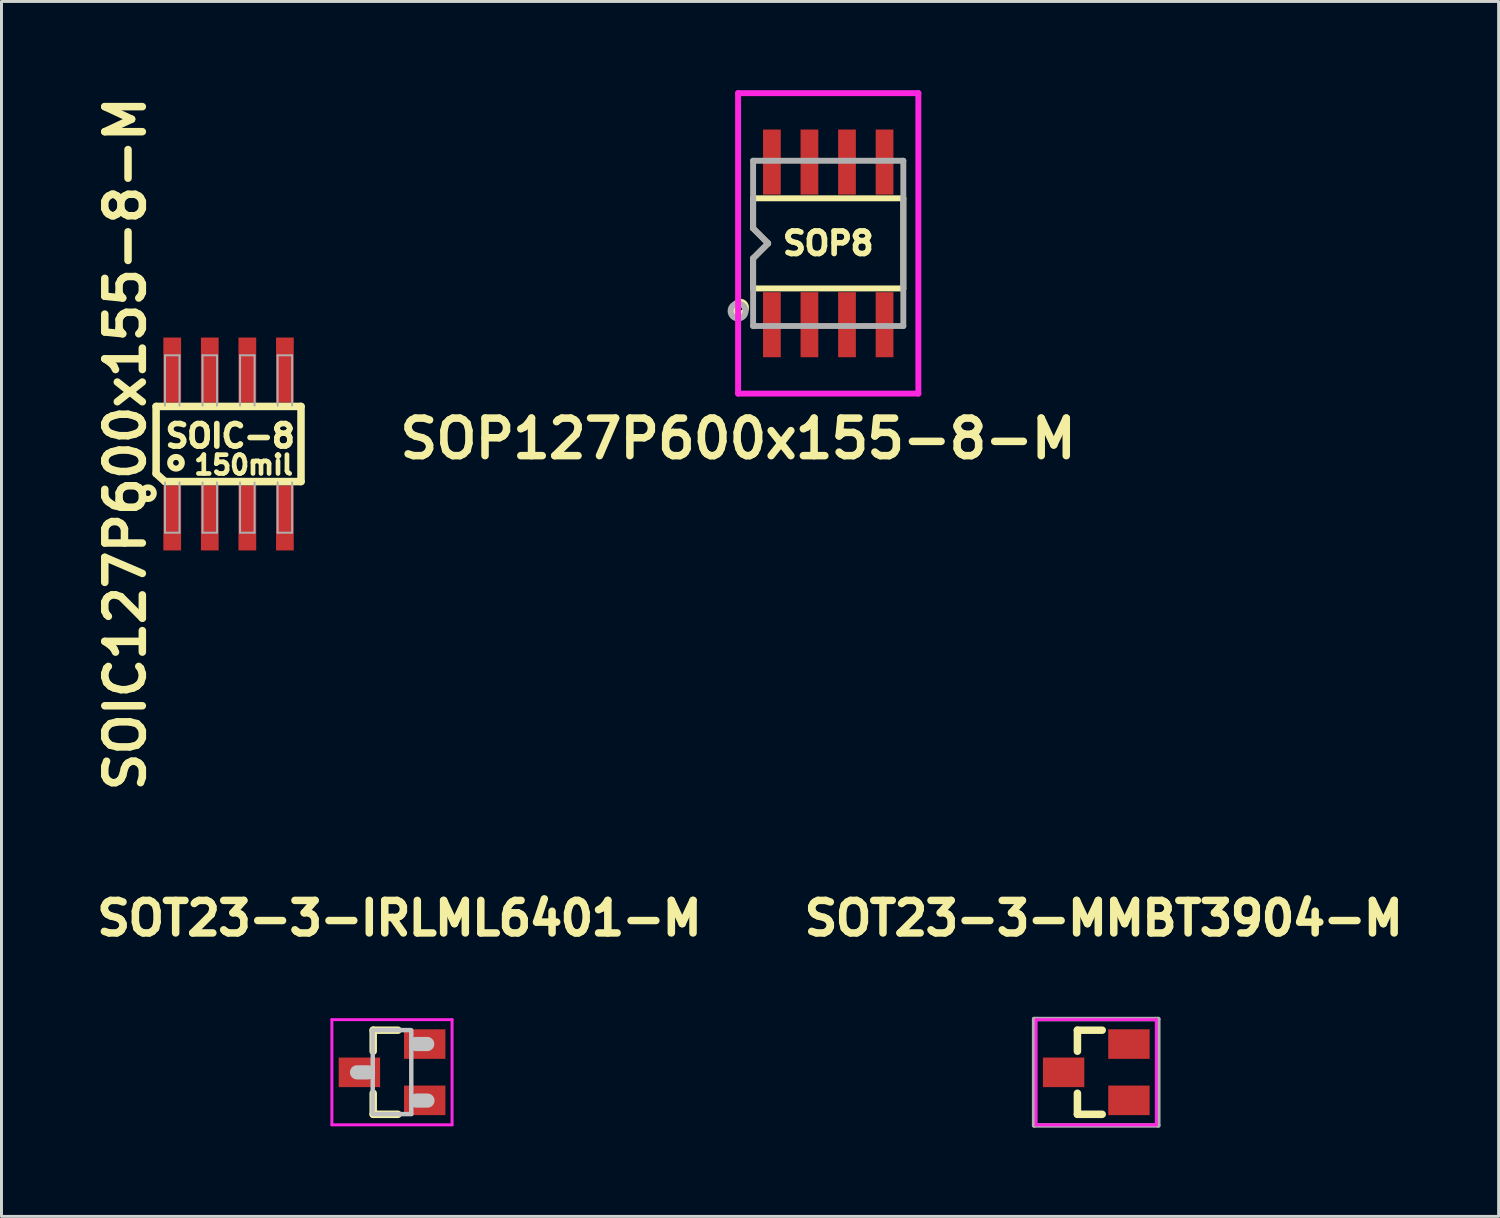
<source format=kicad_pcb>
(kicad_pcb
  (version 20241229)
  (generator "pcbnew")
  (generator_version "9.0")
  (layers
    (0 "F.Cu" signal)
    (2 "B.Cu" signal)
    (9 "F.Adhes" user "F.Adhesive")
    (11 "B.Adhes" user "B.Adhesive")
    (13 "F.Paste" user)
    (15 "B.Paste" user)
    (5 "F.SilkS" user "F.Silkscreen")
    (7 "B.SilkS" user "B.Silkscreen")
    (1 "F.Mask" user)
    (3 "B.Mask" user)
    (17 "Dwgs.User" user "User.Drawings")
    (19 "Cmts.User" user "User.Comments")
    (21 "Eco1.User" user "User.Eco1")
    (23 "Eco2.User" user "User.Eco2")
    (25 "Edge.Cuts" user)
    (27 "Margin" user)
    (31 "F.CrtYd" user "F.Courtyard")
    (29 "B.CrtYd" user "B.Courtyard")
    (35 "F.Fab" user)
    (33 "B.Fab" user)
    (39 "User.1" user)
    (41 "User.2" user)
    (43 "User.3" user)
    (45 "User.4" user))
  (footprint "SOT23-3-IRLML6401-M"
    (layer "F.Cu")
    (at 10.205 33.209)
    (property "Reference" "SOT23-3-IRLML6401-M" (at 0.254 -5.207 0) (layer "F.SilkS") (effects (font (size 1.1 1.1) (thickness 0.254))))
    (attr smd)
    (fp_line (start -0.635 -1.422) (end -0.635 -0.711) (stroke (width 0.254) (type solid)) (layer "F.SilkS"))
    (fp_line (start -0.635 0.711) (end -0.635 1.422) (stroke (width 0.254) (type solid)) (layer "F.SilkS"))
    (fp_line (start 0.203 -1.422) (end -0.635 -1.422) (stroke (width 0.254) (type solid)) (layer "F.SilkS"))
    (fp_line (start 0.203 1.422) (end -0.635 1.422) (stroke (width 0.254) (type solid)) (layer "F.SilkS"))
    (fp_line (start -0.81 0.003) (end -1.181 0.003) (stroke (width 0.48) (type solid)) (layer "Dwgs.User"))
    (fp_line (start -0.655 -1.425) (end 0.643 -1.425) (stroke (width 0.15) (type solid)) (layer "Dwgs.User"))
    (fp_line (start -0.65 0.005) (end -0.65 -1.417) (stroke (width 0.15) (type solid)) (layer "Dwgs.User"))
    (fp_line (start -0.65 0.008) (end -0.653 1.356) (stroke (width 0.15) (type solid)) (layer "Dwgs.User"))
    (fp_line (start 0.653 -1.41) (end 0.653 1.41) (stroke (width 0.15) (type solid)) (layer "Dwgs.User"))
    (fp_line (start 0.653 1.415) (end -0.65 1.415) (stroke (width 0.15) (type solid)) (layer "Dwgs.User"))
    (fp_line (start 1.191 -0.955) (end 0.82 -0.955) (stroke (width 0.48) (type solid)) (layer "Dwgs.User"))
    (fp_line (start 1.199 0.958) (end 0.828 0.958) (stroke (width 0.48) (type solid)) (layer "Dwgs.User"))
    (fp_line (start -2.032 -1.778) (end 2.032 -1.778) (stroke (width 0.1) (type solid)) (layer "F.CrtYd"))
    (fp_line (start -2.032 1.778) (end -2.032 -1.778) (stroke (width 0.1) (type solid)) (layer "F.CrtYd"))
    (fp_line (start 2.032 -1.778) (end 2.032 1.778) (stroke (width 0.1) (type solid)) (layer "F.CrtYd"))
    (fp_line (start 2.032 1.778) (end -2.032 1.778) (stroke (width 0.1) (type solid)) (layer "F.CrtYd"))
    (pad "1" smd rect (at 1.107 0.95) (size 1.4 1) (layers "F.Cu" "F.Mask" "F.Paste"))
    (pad "2" smd rect (at 1.107 -0.953) (size 1.4 1) (layers "F.Cu" "F.Mask" "F.Paste"))
    (pad "3" smd rect (at -1.102 0.003) (size 1.4 1) (layers "F.Cu" "F.Mask" "F.Paste")))
  (footprint "SOP127P600x155-8-M"
    (layer "F.Cu")
    (at 24.957 5.18)
    (property "Reference" "SOP127P600x155-8-M" (at -3.048 6.604 180) (layer "F.SilkS") (effects (font (size 1.27 1.27) (thickness 0.254))))
    (attr smd)
    (fp_line (start -2.54 -1.524) (end -2.54 -0.508) (stroke (width 0.2) (type solid)) (layer "F.SilkS"))
    (fp_line (start -2.54 -0.508) (end -2.032 0) (stroke (width 0.2) (type solid)) (layer "F.SilkS"))
    (fp_line (start -2.54 0.508) (end -2.54 1.524) (stroke (width 0.2) (type solid)) (layer "F.SilkS"))
    (fp_line (start -2.54 1.524) (end 2.54 1.524) (stroke (width 0.2) (type solid)) (layer "F.SilkS"))
    (fp_line (start -2.032 0) (end -2.54 0.508) (stroke (width 0.2) (type solid)) (layer "F.SilkS"))
    (fp_line (start 2.54 -1.524) (end -2.54 -1.524) (stroke (width 0.2) (type solid)) (layer "F.SilkS"))
    (fp_line (start 2.54 1.524) (end 2.54 -1.524) (stroke (width 0.2) (type solid)) (layer "F.SilkS"))
    (fp_circle (center -2.979 2.172) (end -3.119 2.311) (stroke (width 0.203) (type solid)) (fill no) (layer "F.SilkS"))
    (fp_line (start -3.048 -5.08) (end 3.048 -5.08) (stroke (width 0.2) (type solid)) (layer "F.CrtYd"))
    (fp_line (start -3.048 5.08) (end -3.048 -5.08) (stroke (width 0.2) (type solid)) (layer "F.CrtYd"))
    (fp_line (start 3.048 -5.08) (end 3.048 5.08) (stroke (width 0.2) (type solid)) (layer "F.CrtYd"))
    (fp_line (start 3.048 5.08) (end -3.048 5.08) (stroke (width 0.2) (type solid)) (layer "F.CrtYd"))
    (fp_line (start -2.54 -2.794) (end 2.54 -2.794) (stroke (width 0.2) (type solid)) (layer "F.Fab"))
    (fp_line (start -2.54 -0.508) (end -2.54 -2.794) (stroke (width 0.2) (type solid)) (layer "F.Fab"))
    (fp_line (start -2.54 0.508) (end -2.032 0) (stroke (width 0.2) (type solid)) (layer "F.Fab"))
    (fp_line (start -2.54 2.794) (end -2.54 0.508) (stroke (width 0.2) (type solid)) (layer "F.Fab"))
    (fp_line (start -2.032 0) (end -2.54 -0.508) (stroke (width 0.2) (type solid)) (layer "F.Fab"))
    (fp_line (start 2.54 -2.794) (end 2.54 2.794) (stroke (width 0.2) (type solid)) (layer "F.Fab"))
    (fp_line (start 2.54 2.794) (end -2.54 2.794) (stroke (width 0.2) (type solid)) (layer "F.Fab"))
    (fp_circle (center -3.048 2.286) (end -2.794 2.286) (stroke (width 0.2) (type solid)) (fill no) (layer "F.Fab"))
    (fp_text user "SOP8" (at 0 0 0) (layer "F.SilkS") (effects (font (size 0.762 0.762) (thickness 0.191))))
    (pad "1" smd rect (at -1.905 2.75) (size 0.6 2.2) (layers "F.Cu" "F.Mask" "F.Paste"))
    (pad "2" smd rect (at -0.635 2.75) (size 0.6 2.2) (layers "F.Cu" "F.Mask" "F.Paste"))
    (pad "3" smd rect (at 0.635 2.75) (size 0.6 2.2) (layers "F.Cu" "F.Mask" "F.Paste"))
    (pad "4" smd rect (at 1.905 2.75) (size 0.6 2.2) (layers "F.Cu" "F.Mask" "F.Paste"))
    (pad "5" smd rect (at 1.905 -2.75) (size 0.6 2.2) (layers "F.Cu" "F.Mask" "F.Paste"))
    (pad "6" smd rect (at 0.635 -2.75) (size 0.6 2.2) (layers "F.Cu" "F.Mask" "F.Paste"))
    (pad "7" smd rect (at -0.635 -2.75) (size 0.6 2.2) (layers "F.Cu" "F.Mask" "F.Paste"))
    (pad "8" smd rect (at -1.905 -2.75) (size 0.6 2.2) (layers "F.Cu" "F.Mask" "F.Paste")))
  (footprint "SOT23-3-MMBT3904-M"
    (layer "F.Cu")
    (at 34.019 33.209)
    (property "Reference" "SOT23-3-MMBT3904-M" (at 0.254 -5.207 0) (layer "F.SilkS") (effects (font (size 1.1 1.1) (thickness 0.254))))
    (attr smd)
    (fp_line (start -0.635 -1.422) (end -0.635 -0.711) (stroke (width 0.254) (type solid)) (layer "F.SilkS"))
    (fp_line (start -0.635 0.711) (end -0.635 1.422) (stroke (width 0.254) (type solid)) (layer "F.SilkS"))
    (fp_line (start 0.203 -1.422) (end -0.635 -1.422) (stroke (width 0.254) (type solid)) (layer "F.SilkS"))
    (fp_line (start 0.203 1.422) (end -0.635 1.422) (stroke (width 0.254) (type solid)) (layer "F.SilkS"))
    (fp_line (start -2.032 -1.778) (end 2.032 -1.778) (stroke (width 0.1) (type solid)) (layer "F.CrtYd"))
    (fp_line (start -2.032 1.778) (end -2.032 -1.778) (stroke (width 0.1) (type solid)) (layer "F.CrtYd"))
    (fp_line (start 2.032 -1.778) (end 2.032 1.778) (stroke (width 0.1) (type solid)) (layer "F.CrtYd"))
    (fp_line (start 2.032 1.778) (end -2.032 1.778) (stroke (width 0.1) (type solid)) (layer "F.CrtYd"))
    (fp_line (start -2.1 -1.8) (end -2 -1.8) (stroke (width 0.15) (type solid)) (layer "F.Fab"))
    (fp_line (start -2.1 1.8) (end -2.1 -1.8) (stroke (width 0.15) (type solid)) (layer "F.Fab"))
    (fp_line (start -2 -1.8) (end 2 -1.8) (stroke (width 0.15) (type solid)) (layer "F.Fab"))
    (fp_line (start 2 -1.8) (end 2.1 -1.8) (stroke (width 0.15) (type solid)) (layer "F.Fab"))
    (fp_line (start 2.1 -1.8) (end 2.1 1.8) (stroke (width 0.15) (type solid)) (layer "F.Fab"))
    (fp_line (start 2.1 1.8) (end -2.1 1.8) (stroke (width 0.15) (type solid)) (layer "F.Fab"))
    (pad "1" smd rect (at 1.107 0.95) (size 1.4 1) (layers "F.Cu" "F.Mask" "F.Paste"))
    (pad "2" smd rect (at 1.107 -0.953) (size 1.4 1) (layers "F.Cu" "F.Mask" "F.Paste"))
    (pad "3" smd rect (at -1.102 0.003) (size 1.4 1) (layers "F.Cu" "F.Mask" "F.Paste")))
  (footprint "SOIC127P600x155-8-M"
    (layer "F.Cu")
    (at 4.679 11.964)
    (property "Reference" "SOIC127P600x155-8-M" (at -3.49 -0.008 90) (layer "F.SilkS") (effects (font (size 1.27 1.27) (thickness 0.254))))
    (attr smd)
    (fp_line (start -2.45 -1.27) (end 2.45 -1.27) (stroke (width 0.254) (type solid)) (layer "F.SilkS"))
    (fp_line (start -2.45 1) (end -2.45 -1.27) (stroke (width 0.254) (type solid)) (layer "F.SilkS"))
    (fp_line (start -2.15 1.27) (end -2.45 1) (stroke (width 0.254) (type solid)) (layer "F.SilkS"))
    (fp_line (start 2.45 -1.27) (end 2.45 1.27) (stroke (width 0.254) (type solid)) (layer "F.SilkS"))
    (fp_line (start 2.45 1.27) (end -2.15 1.27) (stroke (width 0.254) (type solid)) (layer "F.SilkS"))
    (fp_circle (center -2.725 1.664) (end -2.865 1.803) (stroke (width 0.203) (type solid)) (fill no) (layer "F.SilkS"))
    (fp_circle (center -1.778 0.635) (end -1.918 0.775) (stroke (width 0.203) (type solid)) (fill no) (layer "F.SilkS"))
    (fp_line (start -2.149 -3) (end -1.659 -3) (stroke (width 0.066) (type solid)) (layer "F.Fab"))
    (fp_line (start -2.149 -1.3) (end -2.149 -3) (stroke (width 0.066) (type solid)) (layer "F.Fab"))
    (fp_line (start -2.149 3) (end -2.149 1.3) (stroke (width 0.066) (type solid)) (layer "F.Fab"))
    (fp_line (start -2.149 3) (end -1.659 3) (stroke (width 0.066) (type solid)) (layer "F.Fab"))
    (fp_line (start -1.659 -1.3) (end -1.659 -3) (stroke (width 0.066) (type solid)) (layer "F.Fab"))
    (fp_line (start -1.659 3) (end -1.659 1.3) (stroke (width 0.066) (type solid)) (layer "F.Fab"))
    (fp_line (start -0.879 -3) (end -0.389 -3) (stroke (width 0.066) (type solid)) (layer "F.Fab"))
    (fp_line (start -0.879 -1.3) (end -0.879 -3) (stroke (width 0.066) (type solid)) (layer "F.Fab"))
    (fp_line (start -0.879 3) (end -0.879 1.3) (stroke (width 0.066) (type solid)) (layer "F.Fab"))
    (fp_line (start -0.879 3) (end -0.389 3) (stroke (width 0.066) (type solid)) (layer "F.Fab"))
    (fp_line (start -0.389 -1.3) (end -0.389 -3) (stroke (width 0.066) (type solid)) (layer "F.Fab"))
    (fp_line (start -0.389 3) (end -0.389 1.3) (stroke (width 0.066) (type solid)) (layer "F.Fab"))
    (fp_line (start 0.389 -3) (end 0.879 -3) (stroke (width 0.066) (type solid)) (layer "F.Fab"))
    (fp_line (start 0.389 -1.3) (end 0.389 -3) (stroke (width 0.066) (type solid)) (layer "F.Fab"))
    (fp_line (start 0.389 3) (end 0.389 1.3) (stroke (width 0.066) (type solid)) (layer "F.Fab"))
    (fp_line (start 0.389 3) (end 0.879 3) (stroke (width 0.066) (type solid)) (layer "F.Fab"))
    (fp_line (start 0.879 -1.3) (end 0.879 -3) (stroke (width 0.066) (type solid)) (layer "F.Fab"))
    (fp_line (start 0.879 3) (end 0.879 1.3) (stroke (width 0.066) (type solid)) (layer "F.Fab"))
    (fp_line (start 1.659 -3) (end 2.149 -3) (stroke (width 0.066) (type solid)) (layer "F.Fab"))
    (fp_line (start 1.659 -1.3) (end 1.659 -3) (stroke (width 0.066) (type solid)) (layer "F.Fab"))
    (fp_line (start 1.659 3) (end 1.659 1.3) (stroke (width 0.066) (type solid)) (layer "F.Fab"))
    (fp_line (start 1.659 3) (end 2.149 3) (stroke (width 0.066) (type solid)) (layer "F.Fab"))
    (fp_line (start 2.149 -1.3) (end 2.149 -3) (stroke (width 0.066) (type solid)) (layer "F.Fab"))
    (fp_line (start 2.149 3) (end 2.149 1.3) (stroke (width 0.066) (type solid)) (layer "F.Fab"))
    (fp_text user "SOIC-8" (at 0.056 -0.272 0) (layer "F.SilkS") (effects (font (size 0.762 0.762) (thickness 0.191))))
    (fp_text user "150mil" (at 0.508 0.711 0) (layer "F.SilkS") (effects (font (size 0.635 0.635) (thickness 0.159))))
    (pad "1" smd rect (at -1.905 2.5) (size 0.6 2.2) (layers "F.Cu" "F.Mask" "F.Paste"))
    (pad "2" smd rect (at -0.635 2.5) (size 0.6 2.2) (layers "F.Cu" "F.Mask" "F.Paste"))
    (pad "3" smd rect (at 0.635 2.5) (size 0.6 2.2) (layers "F.Cu" "F.Mask" "F.Paste"))
    (pad "4" smd rect (at 1.905 2.5) (size 0.6 2.2) (layers "F.Cu" "F.Mask" "F.Paste"))
    (pad "5" smd rect (at 1.905 -2.5) (size 0.6 2.2) (layers "F.Cu" "F.Mask" "F.Paste"))
    (pad "6" smd rect (at 0.635 -2.5) (size 0.6 2.2) (layers "F.Cu" "F.Mask" "F.Paste"))
    (pad "7" smd rect (at -0.635 -2.5) (size 0.6 2.2) (layers "F.Cu" "F.Mask" "F.Paste"))
    (pad "8" smd rect (at -1.905 -2.5) (size 0.6 2.2) (layers "F.Cu" "F.Mask" "F.Paste")))
  (gr_rect
    (start -3 -3)
    (end 47.627 38.084)
    (stroke (width 0.1) (type default))
    (fill no)
    (layer "Edge.Cuts")))
</source>
